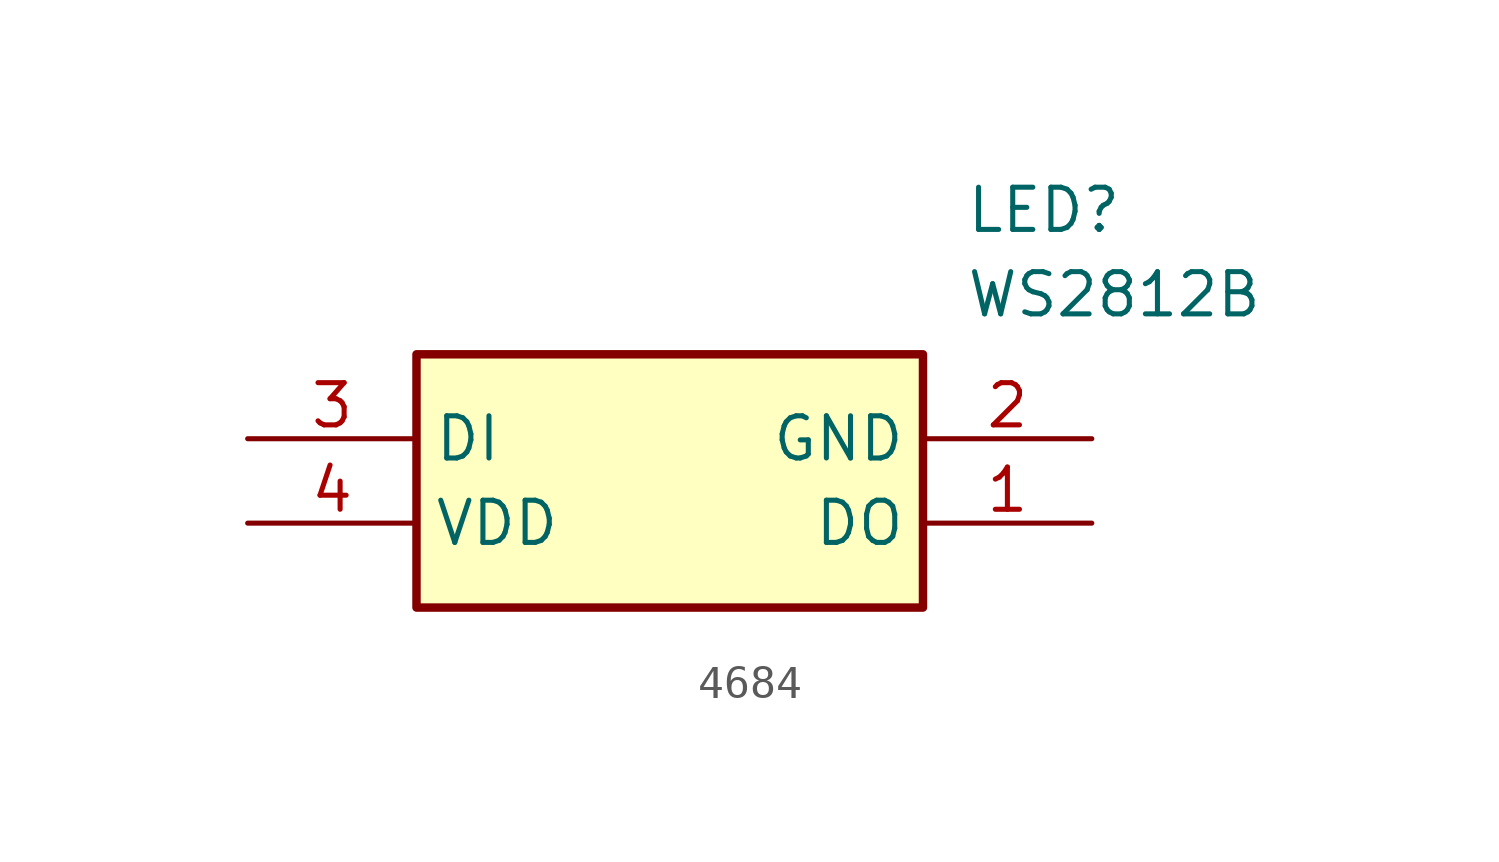
<source format=kicad_sym>
(kicad_symbol_lib
  (version 20231120)
  (generator "kicad_symbol_editor")
  (generator_version "8.0")
  (symbol "4684"
    (property "Reference" "LED"
      (at 21.59 7.62 0)
      (effects (font (size 1.27 1.27)) (justify left top)))
    (property "Value" "WS2812B"
      (at 21.59 5.08 0)
      (effects (font (size 1.27 1.27)) (justify left top)))
    (symbol "4684_1_1"
      (rectangle (start 5.08 2.54) (end 20.32 -5.08) (stroke (width 0.254) (type default)) (fill (type background)))
      (pin passive line (at 25.4 -2.54 180) (length 5.08) (name "DO" (effects (font (size 1.27 1.27)))) (number "1" (effects (font (size 1.27 1.27)))))
      (pin passive line (at 25.4 0 180) (length 5.08) (name "GND" (effects (font (size 1.27 1.27)))) (number "2" (effects (font (size 1.27 1.27)))))
      (pin passive line (at 0 0 0) (length 5.08) (name "DI" (effects (font (size 1.27 1.27)))) (number "3" (effects (font (size 1.27 1.27)))))
      (pin passive line (at 0 -2.54 0) (length 5.08) (name "VDD" (effects (font (size 1.27 1.27)))) (number "4" (effects (font (size 1.27 1.27))))))))
</source>
